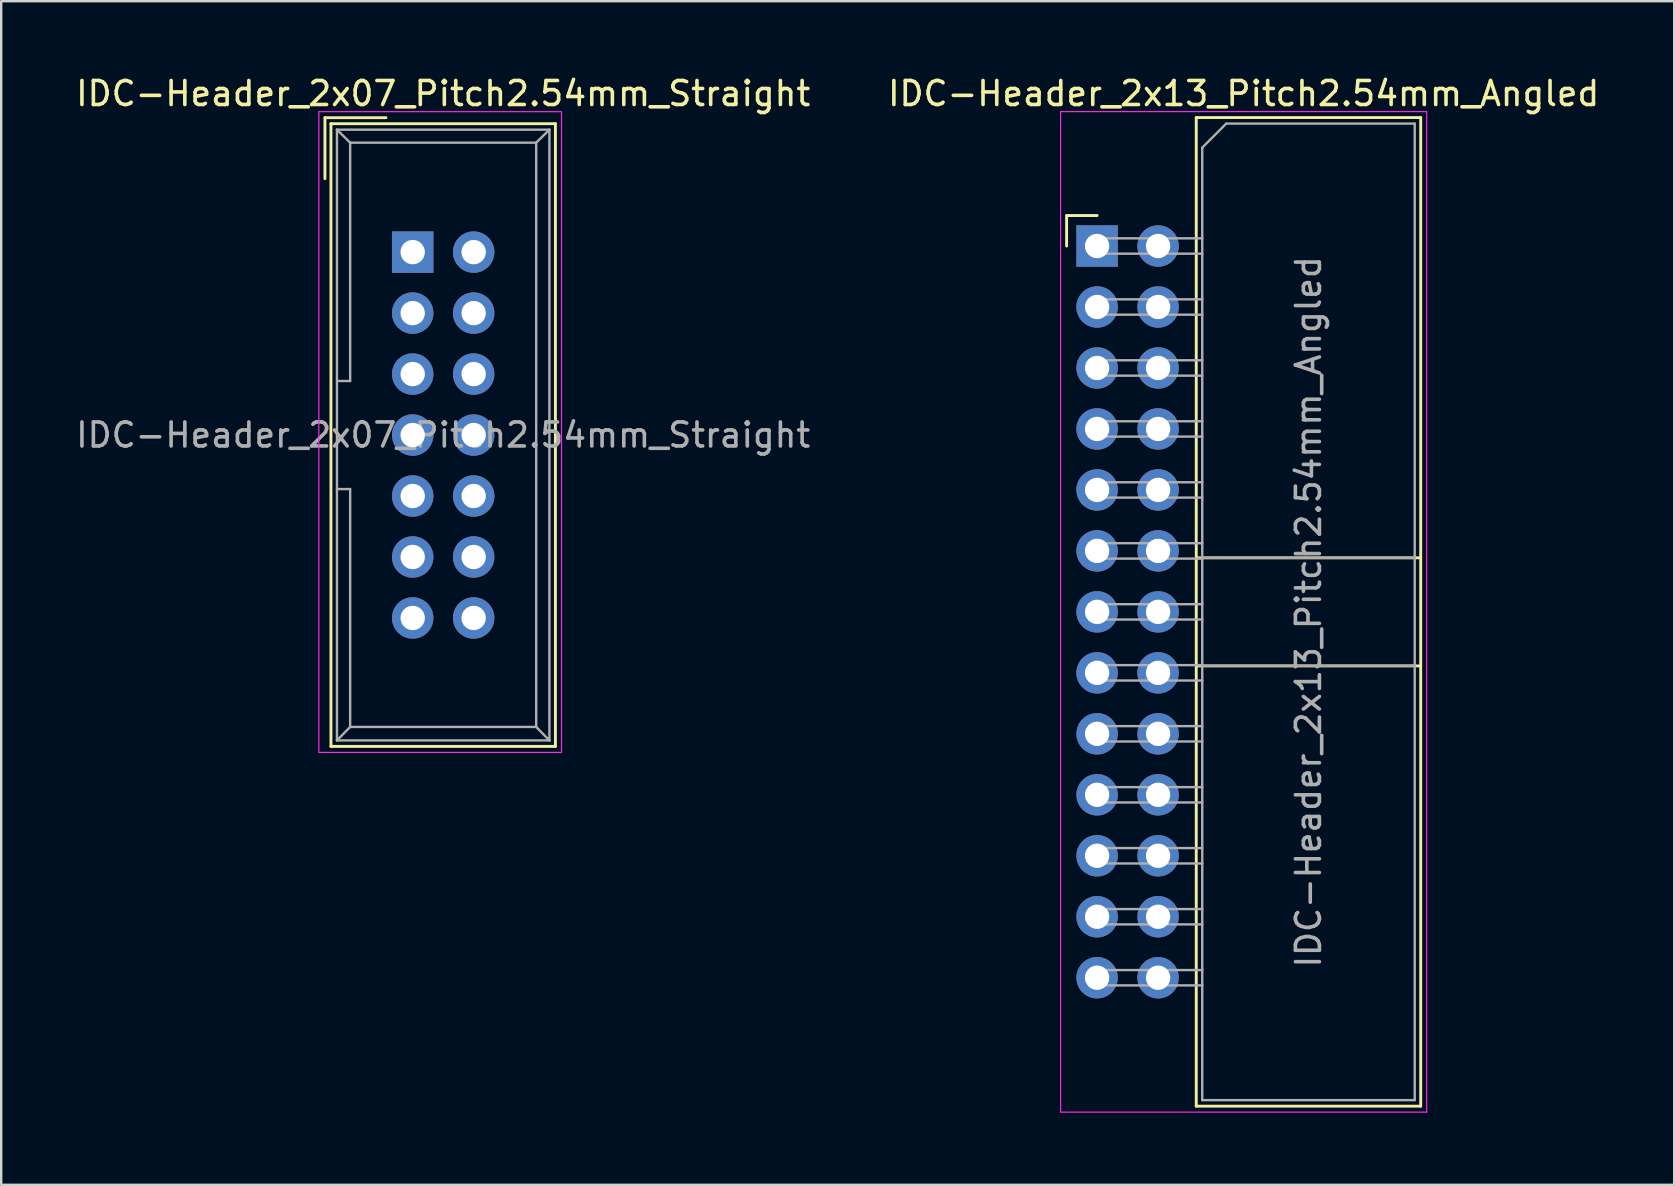
<source format=kicad_pcb>
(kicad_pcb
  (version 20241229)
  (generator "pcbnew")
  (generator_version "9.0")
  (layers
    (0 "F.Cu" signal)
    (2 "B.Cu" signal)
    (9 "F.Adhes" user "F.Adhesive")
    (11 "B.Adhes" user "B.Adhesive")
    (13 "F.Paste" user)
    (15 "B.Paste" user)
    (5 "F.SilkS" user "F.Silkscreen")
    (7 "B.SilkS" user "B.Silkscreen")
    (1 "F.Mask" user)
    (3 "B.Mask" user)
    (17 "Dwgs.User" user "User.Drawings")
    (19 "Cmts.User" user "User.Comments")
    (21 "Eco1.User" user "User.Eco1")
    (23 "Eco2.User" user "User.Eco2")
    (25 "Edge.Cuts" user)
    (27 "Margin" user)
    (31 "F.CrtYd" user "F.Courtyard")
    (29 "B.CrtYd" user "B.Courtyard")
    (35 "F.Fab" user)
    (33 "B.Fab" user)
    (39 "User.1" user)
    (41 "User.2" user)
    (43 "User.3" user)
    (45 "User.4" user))
  (footprint "IDC-Header_2x13_Pitch2.54mm_Angled"
    (layer "F.Cu")
    (at 42.651 7.198)
    (property "Reference" "IDC-Header_2x13_Pitch2.54mm_Angled" (at 6.105 -6.35 0) (layer "F.SilkS") (effects (font (size 1 1) (thickness 0.15))))
    (attr through_hole)
    (fp_line (start -1.27 -1.27) (end -1.27 0) (stroke (width 0.12) (type solid)) (layer "F.SilkS"))
    (fp_line (start 0 -1.27) (end -1.27 -1.27) (stroke (width 0.12) (type solid)) (layer "F.SilkS"))
    (fp_line (start 4.13 -5.35) (end 13.48 -5.35) (stroke (width 0.12) (type solid)) (layer "F.SilkS"))
    (fp_line (start 4.13 12.99) (end 13.48 12.99) (stroke (width 0.12) (type solid)) (layer "F.SilkS"))
    (fp_line (start 4.13 17.49) (end 13.48 17.49) (stroke (width 0.12) (type solid)) (layer "F.SilkS"))
    (fp_line (start 4.13 35.83) (end 4.13 -5.35) (stroke (width 0.12) (type solid)) (layer "F.SilkS"))
    (fp_line (start 4.13 35.83) (end 13.48 35.83) (stroke (width 0.12) (type solid)) (layer "F.SilkS"))
    (fp_line (start 13.48 -5.35) (end 13.48 35.83) (stroke (width 0.12) (type solid)) (layer "F.SilkS"))
    (fp_line (start -1.52 -5.6) (end 13.73 -5.6) (stroke (width 0.05) (type solid)) (layer "F.CrtYd"))
    (fp_line (start -1.52 36.08) (end -1.52 -5.6) (stroke (width 0.05) (type solid)) (layer "F.CrtYd"))
    (fp_line (start 13.73 -5.6) (end 13.73 36.08) (stroke (width 0.05) (type solid)) (layer "F.CrtYd"))
    (fp_line (start 13.73 36.08) (end -1.52 36.08) (stroke (width 0.05) (type solid)) (layer "F.CrtYd"))
    (fp_line (start -0.32 -0.32) (end -0.32 0.32) (stroke (width 0.1) (type solid)) (layer "F.Fab"))
    (fp_line (start -0.32 0.32) (end 4.38 0.32) (stroke (width 0.1) (type solid)) (layer "F.Fab"))
    (fp_line (start -0.32 2.22) (end -0.32 2.86) (stroke (width 0.1) (type solid)) (layer "F.Fab"))
    (fp_line (start -0.32 2.86) (end 4.38 2.86) (stroke (width 0.1) (type solid)) (layer "F.Fab"))
    (fp_line (start -0.32 4.76) (end -0.32 5.4) (stroke (width 0.1) (type solid)) (layer "F.Fab"))
    (fp_line (start -0.32 5.4) (end 4.38 5.4) (stroke (width 0.1) (type solid)) (layer "F.Fab"))
    (fp_line (start -0.32 7.3) (end -0.32 7.94) (stroke (width 0.1) (type solid)) (layer "F.Fab"))
    (fp_line (start -0.32 7.94) (end 4.38 7.94) (stroke (width 0.1) (type solid)) (layer "F.Fab"))
    (fp_line (start -0.32 9.84) (end -0.32 10.48) (stroke (width 0.1) (type solid)) (layer "F.Fab"))
    (fp_line (start -0.32 10.48) (end 4.38 10.48) (stroke (width 0.1) (type solid)) (layer "F.Fab"))
    (fp_line (start -0.32 12.38) (end -0.32 13.02) (stroke (width 0.1) (type solid)) (layer "F.Fab"))
    (fp_line (start -0.32 13.02) (end 4.38 13.02) (stroke (width 0.1) (type solid)) (layer "F.Fab"))
    (fp_line (start -0.32 14.92) (end -0.32 15.56) (stroke (width 0.1) (type solid)) (layer "F.Fab"))
    (fp_line (start -0.32 15.56) (end 4.38 15.56) (stroke (width 0.1) (type solid)) (layer "F.Fab"))
    (fp_line (start -0.32 17.46) (end -0.32 18.1) (stroke (width 0.1) (type solid)) (layer "F.Fab"))
    (fp_line (start -0.32 18.1) (end 4.38 18.1) (stroke (width 0.1) (type solid)) (layer "F.Fab"))
    (fp_line (start -0.32 20) (end -0.32 20.64) (stroke (width 0.1) (type solid)) (layer "F.Fab"))
    (fp_line (start -0.32 20.64) (end 4.38 20.64) (stroke (width 0.1) (type solid)) (layer "F.Fab"))
    (fp_line (start -0.32 22.54) (end -0.32 23.18) (stroke (width 0.1) (type solid)) (layer "F.Fab"))
    (fp_line (start -0.32 23.18) (end 4.38 23.18) (stroke (width 0.1) (type solid)) (layer "F.Fab"))
    (fp_line (start -0.32 25.08) (end -0.32 25.72) (stroke (width 0.1) (type solid)) (layer "F.Fab"))
    (fp_line (start -0.32 25.72) (end 4.38 25.72) (stroke (width 0.1) (type solid)) (layer "F.Fab"))
    (fp_line (start -0.32 27.62) (end -0.32 28.26) (stroke (width 0.1) (type solid)) (layer "F.Fab"))
    (fp_line (start -0.32 28.26) (end 4.38 28.26) (stroke (width 0.1) (type solid)) (layer "F.Fab"))
    (fp_line (start -0.32 30.16) (end -0.32 30.8) (stroke (width 0.1) (type solid)) (layer "F.Fab"))
    (fp_line (start -0.32 30.8) (end 4.38 30.8) (stroke (width 0.1) (type solid)) (layer "F.Fab"))
    (fp_line (start 4.38 -4.1) (end 5.38 -5.1) (stroke (width 0.1) (type solid)) (layer "F.Fab"))
    (fp_line (start 4.38 -0.32) (end -0.32 -0.32) (stroke (width 0.1) (type solid)) (layer "F.Fab"))
    (fp_line (start 4.38 2.22) (end -0.32 2.22) (stroke (width 0.1) (type solid)) (layer "F.Fab"))
    (fp_line (start 4.38 4.76) (end -0.32 4.76) (stroke (width 0.1) (type solid)) (layer "F.Fab"))
    (fp_line (start 4.38 7.3) (end -0.32 7.3) (stroke (width 0.1) (type solid)) (layer "F.Fab"))
    (fp_line (start 4.38 9.84) (end -0.32 9.84) (stroke (width 0.1) (type solid)) (layer "F.Fab"))
    (fp_line (start 4.38 12.38) (end -0.32 12.38) (stroke (width 0.1) (type solid)) (layer "F.Fab"))
    (fp_line (start 4.38 12.99) (end 13.23 12.99) (stroke (width 0.1) (type solid)) (layer "F.Fab"))
    (fp_line (start 4.38 14.92) (end -0.32 14.92) (stroke (width 0.1) (type solid)) (layer "F.Fab"))
    (fp_line (start 4.38 17.46) (end -0.32 17.46) (stroke (width 0.1) (type solid)) (layer "F.Fab"))
    (fp_line (start 4.38 17.49) (end 13.23 17.49) (stroke (width 0.1) (type solid)) (layer "F.Fab"))
    (fp_line (start 4.38 20) (end -0.32 20) (stroke (width 0.1) (type solid)) (layer "F.Fab"))
    (fp_line (start 4.38 22.54) (end -0.32 22.54) (stroke (width 0.1) (type solid)) (layer "F.Fab"))
    (fp_line (start 4.38 25.08) (end -0.32 25.08) (stroke (width 0.1) (type solid)) (layer "F.Fab"))
    (fp_line (start 4.38 27.62) (end -0.32 27.62) (stroke (width 0.1) (type solid)) (layer "F.Fab"))
    (fp_line (start 4.38 30.16) (end -0.32 30.16) (stroke (width 0.1) (type solid)) (layer "F.Fab"))
    (fp_line (start 4.38 35.58) (end 4.38 -4.1) (stroke (width 0.1) (type solid)) (layer "F.Fab"))
    (fp_line (start 4.38 35.58) (end 13.23 35.58) (stroke (width 0.1) (type solid)) (layer "F.Fab"))
    (fp_line (start 5.38 -5.1) (end 13.23 -5.1) (stroke (width 0.1) (type solid)) (layer "F.Fab"))
    (fp_line (start 13.23 35.58) (end 13.23 -5.1) (stroke (width 0.1) (type solid)) (layer "F.Fab"))
    (fp_text user "${REFERENCE}" (at 8.805 15.24 90) (layer "F.Fab") (effects (font (size 1 1) (thickness 0.15))))
    (pad "1" thru_hole rect (at 0 0) (size 1.727 1.727) (drill 1.016) (layers "*.Cu" "*.Mask"))
    (pad "2" thru_hole oval (at 2.54 0) (size 1.727 1.727) (drill 1.016) (layers "*.Cu" "*.Mask"))
    (pad "3" thru_hole oval (at 0 2.54) (size 1.727 1.727) (drill 1.016) (layers "*.Cu" "*.Mask"))
    (pad "4" thru_hole oval (at 2.54 2.54) (size 1.727 1.727) (drill 1.016) (layers "*.Cu" "*.Mask"))
    (pad "5" thru_hole oval (at 0 5.08) (size 1.727 1.727) (drill 1.016) (layers "*.Cu" "*.Mask"))
    (pad "6" thru_hole oval (at 2.54 5.08) (size 1.727 1.727) (drill 1.016) (layers "*.Cu" "*.Mask"))
    (pad "7" thru_hole oval (at 0 7.62) (size 1.727 1.727) (drill 1.016) (layers "*.Cu" "*.Mask"))
    (pad "8" thru_hole oval (at 2.54 7.62) (size 1.727 1.727) (drill 1.016) (layers "*.Cu" "*.Mask"))
    (pad "9" thru_hole oval (at 0 10.16) (size 1.727 1.727) (drill 1.016) (layers "*.Cu" "*.Mask"))
    (pad "10" thru_hole oval (at 2.54 10.16) (size 1.727 1.727) (drill 1.016) (layers "*.Cu" "*.Mask"))
    (pad "11" thru_hole oval (at 0 12.7) (size 1.727 1.727) (drill 1.016) (layers "*.Cu" "*.Mask"))
    (pad "12" thru_hole oval (at 2.54 12.7) (size 1.727 1.727) (drill 1.016) (layers "*.Cu" "*.Mask"))
    (pad "13" thru_hole oval (at 0 15.24) (size 1.727 1.727) (drill 1.016) (layers "*.Cu" "*.Mask"))
    (pad "14" thru_hole oval (at 2.54 15.24) (size 1.727 1.727) (drill 1.016) (layers "*.Cu" "*.Mask"))
    (pad "15" thru_hole oval (at 0 17.78) (size 1.727 1.727) (drill 1.016) (layers "*.Cu" "*.Mask"))
    (pad "16" thru_hole oval (at 2.54 17.78) (size 1.727 1.727) (drill 1.016) (layers "*.Cu" "*.Mask"))
    (pad "17" thru_hole oval (at 0 20.32) (size 1.727 1.727) (drill 1.016) (layers "*.Cu" "*.Mask"))
    (pad "18" thru_hole oval (at 2.54 20.32) (size 1.727 1.727) (drill 1.016) (layers "*.Cu" "*.Mask"))
    (pad "19" thru_hole oval (at 0 22.86) (size 1.727 1.727) (drill 1.016) (layers "*.Cu" "*.Mask"))
    (pad "20" thru_hole oval (at 2.54 22.86) (size 1.727 1.727) (drill 1.016) (layers "*.Cu" "*.Mask"))
    (pad "21" thru_hole oval (at 0 25.4) (size 1.727 1.727) (drill 1.016) (layers "*.Cu" "*.Mask"))
    (pad "22" thru_hole oval (at 2.54 25.4) (size 1.727 1.727) (drill 1.016) (layers "*.Cu" "*.Mask"))
    (pad "23" thru_hole oval (at 0 27.94) (size 1.727 1.727) (drill 1.016) (layers "*.Cu" "*.Mask"))
    (pad "24" thru_hole oval (at 2.54 27.94) (size 1.727 1.727) (drill 1.016) (layers "*.Cu" "*.Mask"))
    (pad "25" thru_hole oval (at 0 30.48) (size 1.727 1.727) (drill 1.016) (layers "*.Cu" "*.Mask"))
    (pad "26" thru_hole oval (at 2.54 30.48) (size 1.727 1.727) (drill 1.016) (layers "*.Cu" "*.Mask")))
  (footprint "IDC-Header_2x07_Pitch2.54mm_Straight"
    (layer "F.Cu")
    (at 14.141 7.452)
    (property "Reference" "IDC-Header_2x07_Pitch2.54mm_Straight" (at 1.27 -6.604 0) (layer "F.SilkS") (effects (font (size 1 1) (thickness 0.15))))
    (attr through_hole)
    (fp_line (start -3.655 -5.6) (end -3.655 -3.06) (stroke (width 0.12) (type solid)) (layer "F.SilkS"))
    (fp_line (start -3.655 -5.6) (end -1.115 -5.6) (stroke (width 0.12) (type solid)) (layer "F.SilkS"))
    (fp_line (start -3.405 -5.35) (end 5.945 -5.35) (stroke (width 0.12) (type solid)) (layer "F.SilkS"))
    (fp_line (start -3.405 20.59) (end -3.405 -5.35) (stroke (width 0.12) (type solid)) (layer "F.SilkS"))
    (fp_line (start 5.945 -5.35) (end 5.945 20.59) (stroke (width 0.12) (type solid)) (layer "F.SilkS"))
    (fp_line (start 5.945 20.59) (end -3.405 20.59) (stroke (width 0.12) (type solid)) (layer "F.SilkS"))
    (fp_line (start -3.91 -5.85) (end 6.2 -5.85) (stroke (width 0.05) (type solid)) (layer "F.CrtYd"))
    (fp_line (start -3.91 20.84) (end -3.91 -5.85) (stroke (width 0.05) (type solid)) (layer "F.CrtYd"))
    (fp_line (start 6.2 -5.85) (end 6.2 20.84) (stroke (width 0.05) (type solid)) (layer "F.CrtYd"))
    (fp_line (start 6.2 20.84) (end -3.91 20.84) (stroke (width 0.05) (type solid)) (layer "F.CrtYd"))
    (fp_line (start -3.155 -5.1) (end -3.155 20.34) (stroke (width 0.1) (type solid)) (layer "F.Fab"))
    (fp_line (start -3.155 -5.1) (end -2.605 -4.56) (stroke (width 0.1) (type solid)) (layer "F.Fab"))
    (fp_line (start -3.155 20.34) (end -2.605 19.78) (stroke (width 0.1) (type solid)) (layer "F.Fab"))
    (fp_line (start -2.605 -4.56) (end -2.605 5.37) (stroke (width 0.1) (type solid)) (layer "F.Fab"))
    (fp_line (start -2.605 5.37) (end -3.155 5.37) (stroke (width 0.1) (type solid)) (layer "F.Fab"))
    (fp_line (start -2.605 9.87) (end -3.155 9.87) (stroke (width 0.1) (type solid)) (layer "F.Fab"))
    (fp_line (start -2.605 9.87) (end -2.605 19.78) (stroke (width 0.1) (type solid)) (layer "F.Fab"))
    (fp_line (start 5.145 -4.56) (end -2.605 -4.56) (stroke (width 0.1) (type solid)) (layer "F.Fab"))
    (fp_line (start 5.145 -4.56) (end 5.145 19.78) (stroke (width 0.1) (type solid)) (layer "F.Fab"))
    (fp_line (start 5.145 19.78) (end -2.605 19.78) (stroke (width 0.1) (type solid)) (layer "F.Fab"))
    (fp_line (start 5.695 -5.1) (end -3.155 -5.1) (stroke (width 0.1) (type solid)) (layer "F.Fab"))
    (fp_line (start 5.695 -5.1) (end 5.145 -4.56) (stroke (width 0.1) (type solid)) (layer "F.Fab"))
    (fp_line (start 5.695 -5.1) (end 5.695 20.34) (stroke (width 0.1) (type solid)) (layer "F.Fab"))
    (fp_line (start 5.695 20.34) (end -3.155 20.34) (stroke (width 0.1) (type solid)) (layer "F.Fab"))
    (fp_line (start 5.695 20.34) (end 5.145 19.78) (stroke (width 0.1) (type solid)) (layer "F.Fab"))
    (fp_text user "${REFERENCE}" (at 1.27 7.62 0) (layer "F.Fab") (effects (font (size 1 1) (thickness 0.15))))
    (pad "1" thru_hole rect (at 0 0) (size 1.727 1.727) (drill 1.016) (layers "*.Cu" "*.Mask"))
    (pad "2" thru_hole oval (at 2.54 0) (size 1.727 1.727) (drill 1.016) (layers "*.Cu" "*.Mask"))
    (pad "3" thru_hole oval (at 0 2.54) (size 1.727 1.727) (drill 1.016) (layers "*.Cu" "*.Mask"))
    (pad "4" thru_hole oval (at 2.54 2.54) (size 1.727 1.727) (drill 1.016) (layers "*.Cu" "*.Mask"))
    (pad "5" thru_hole oval (at 0 5.08) (size 1.727 1.727) (drill 1.016) (layers "*.Cu" "*.Mask"))
    (pad "6" thru_hole oval (at 2.54 5.08) (size 1.727 1.727) (drill 1.016) (layers "*.Cu" "*.Mask"))
    (pad "7" thru_hole oval (at 0 7.62) (size 1.727 1.727) (drill 1.016) (layers "*.Cu" "*.Mask"))
    (pad "8" thru_hole oval (at 2.54 7.62) (size 1.727 1.727) (drill 1.016) (layers "*.Cu" "*.Mask"))
    (pad "9" thru_hole oval (at 0 10.16) (size 1.727 1.727) (drill 1.016) (layers "*.Cu" "*.Mask"))
    (pad "10" thru_hole oval (at 2.54 10.16) (size 1.727 1.727) (drill 1.016) (layers "*.Cu" "*.Mask"))
    (pad "11" thru_hole oval (at 0 12.7) (size 1.727 1.727) (drill 1.016) (layers "*.Cu" "*.Mask"))
    (pad "12" thru_hole oval (at 2.54 12.7) (size 1.727 1.727) (drill 1.016) (layers "*.Cu" "*.Mask"))
    (pad "13" thru_hole oval (at 0 15.24) (size 1.727 1.727) (drill 1.016) (layers "*.Cu" "*.Mask"))
    (pad "14" thru_hole oval (at 2.54 15.24) (size 1.727 1.727) (drill 1.016) (layers "*.Cu" "*.Mask")))
  (gr_rect
    (start -3 -3)
    (end 66.69 46.303)
    (stroke (width 0.1) (type default))
    (fill no)
    (layer "Edge.Cuts")))
</source>
